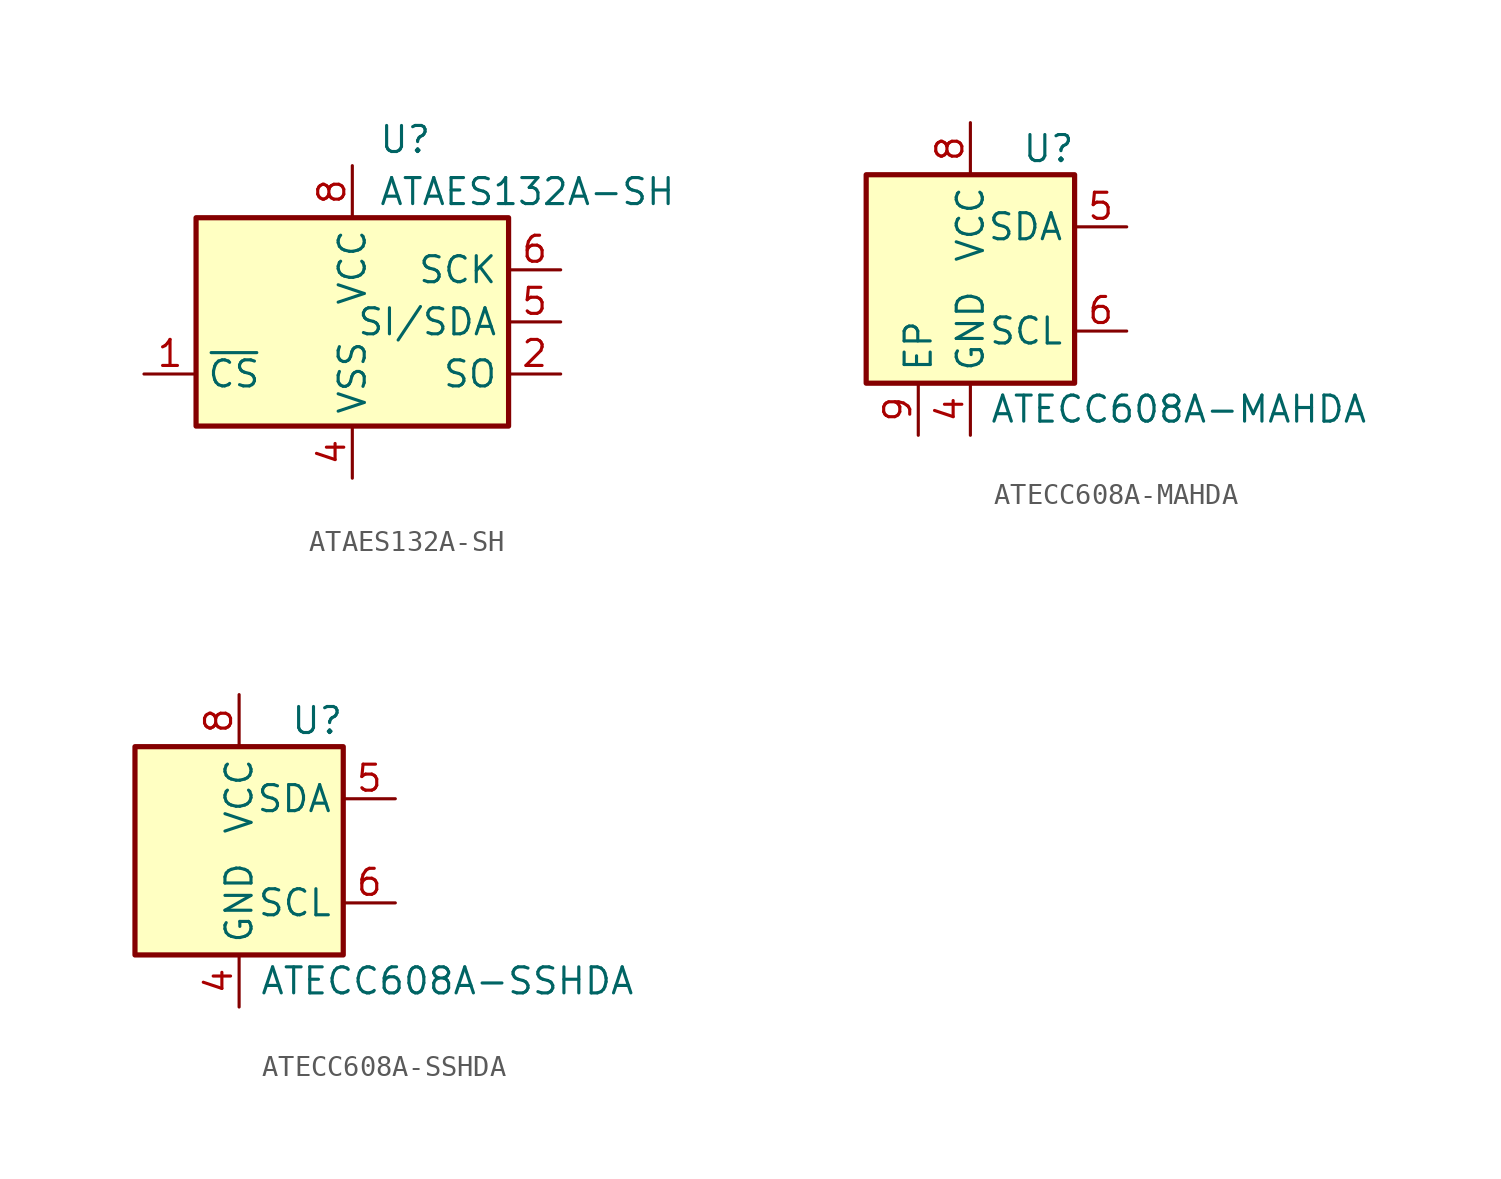
<source format=kicad_sym>
(kicad_symbol_lib
  (version 20201005)
  (generator kicad_symbol_editor)
  (symbol "Security:ATAES132A-SH"
    (property "Reference" "U"
      (at 1.27 8.89 0)
      (effects (font (size 1.27 1.27)) (justify left)))
    (property "Value" "ATAES132A-SH"
      (at 1.27 6.35 0)
      (effects (font (size 1.27 1.27)) (justify left)))
    (symbol "ATAES132A-SH_0_1"
      (rectangle (start 7.62 5.08) (end -7.62 -5.08) (stroke (width 0.254)) (fill (type background))))
    (symbol "ATAES132A-SH_1_1"
      (pin input line (at -10.16 -2.54 0) (length 2.54) (name "~CS" (effects (font (size 1.27 1.27)))) (number "1" (effects (font (size 1.27 1.27)))))
      (pin output line (at 10.16 -2.54 180) (length 2.54) (name "SO" (effects (font (size 1.27 1.27)))) (number "2" (effects (font (size 1.27 1.27)))))
      (pin no_connect line (at -7.62 2.54 0) (length 2.54) hide (name "NC" (effects (font (size 1.27 1.27)))) (number "3" (effects (font (size 1.27 1.27)))))
      (pin power_in line (at 0 -7.62 90) (length 2.54) (name "VSS" (effects (font (size 1.27 1.27)))) (number "4" (effects (font (size 1.27 1.27)))))
      (pin bidirectional line (at 10.16 0 180) (length 2.54) (name "SI/SDA" (effects (font (size 1.27 1.27)))) (number "5" (effects (font (size 1.27 1.27)))))
      (pin input line (at 10.16 2.54 180) (length 2.54) (name "SCK" (effects (font (size 1.27 1.27)))) (number "6" (effects (font (size 1.27 1.27)))))
      (pin no_connect line (at -7.62 0 0) (length 2.54) hide (name "NC" (effects (font (size 1.27 1.27)))) (number "7" (effects (font (size 1.27 1.27)))))
      (pin power_in line (at 0 7.62 270) (length 2.54) (name "VCC" (effects (font (size 1.27 1.27)))) (number "8" (effects (font (size 1.27 1.27)))))))
  (symbol "Security:ATECC608A-MAHDA"
    (property "Reference" "U"
      (at 3.81 6.35 0)
      (effects (font (size 1.27 1.27))))
    (property "Value" "ATECC608A-MAHDA"
      (at 10.16 -6.35 0)
      (effects (font (size 1.27 1.27))))
    (symbol "ATECC608A-MAHDA_0_1"
      (rectangle (start -5.08 5.08) (end 5.08 -5.08) (stroke (width 0.254)) (fill (type background))))
    (symbol "ATECC608A-MAHDA_1_1"
      (pin power_in line (at 0 -7.62 90) (length 2.54) (name "GND" (effects (font (size 1.27 1.27)))) (number "4" (effects (font (size 1.27 1.27)))))
      (pin bidirectional line (at 7.62 2.54 180) (length 2.54) (name "SDA" (effects (font (size 1.27 1.27)))) (number "5" (effects (font (size 1.27 1.27)))))
      (pin input line (at 7.62 -2.54 180) (length 2.54) (name "SCL" (effects (font (size 1.27 1.27)))) (number "6" (effects (font (size 1.27 1.27)))))
      (pin power_in line (at 0 7.62 270) (length 2.54) (name "VCC" (effects (font (size 1.27 1.27)))) (number "8" (effects (font (size 1.27 1.27)))))
      (pin input line (at -2.54 -7.62 90) (length 2.54) (name "EP" (effects (font (size 1.27 1.27)))) (number "9" (effects (font (size 1.27 1.27)))))))
  (symbol "Security:ATECC608A-SSHDA"
    (property "Reference" "U"
      (at 3.81 6.35 0)
      (effects (font (size 1.27 1.27))))
    (property "Value" "ATECC608A-SSHDA"
      (at 10.16 -6.35 0)
      (effects (font (size 1.27 1.27))))
    (symbol "ATECC608A-SSHDA_0_1"
      (rectangle (start -5.08 5.08) (end 5.08 -5.08) (stroke (width 0.254)) (fill (type background))))
    (symbol "ATECC608A-SSHDA_1_1"
      (pin power_in line (at 0 -7.62 90) (length 2.54) (name "GND" (effects (font (size 1.27 1.27)))) (number "4" (effects (font (size 1.27 1.27)))))
      (pin bidirectional line (at 7.62 2.54 180) (length 2.54) (name "SDA" (effects (font (size 1.27 1.27)))) (number "5" (effects (font (size 1.27 1.27)))))
      (pin input line (at 7.62 -2.54 180) (length 2.54) (name "SCL" (effects (font (size 1.27 1.27)))) (number "6" (effects (font (size 1.27 1.27)))))
      (pin power_in line (at 0 7.62 270) (length 2.54) (name "VCC" (effects (font (size 1.27 1.27)))) (number "8" (effects (font (size 1.27 1.27))))))))
</source>
